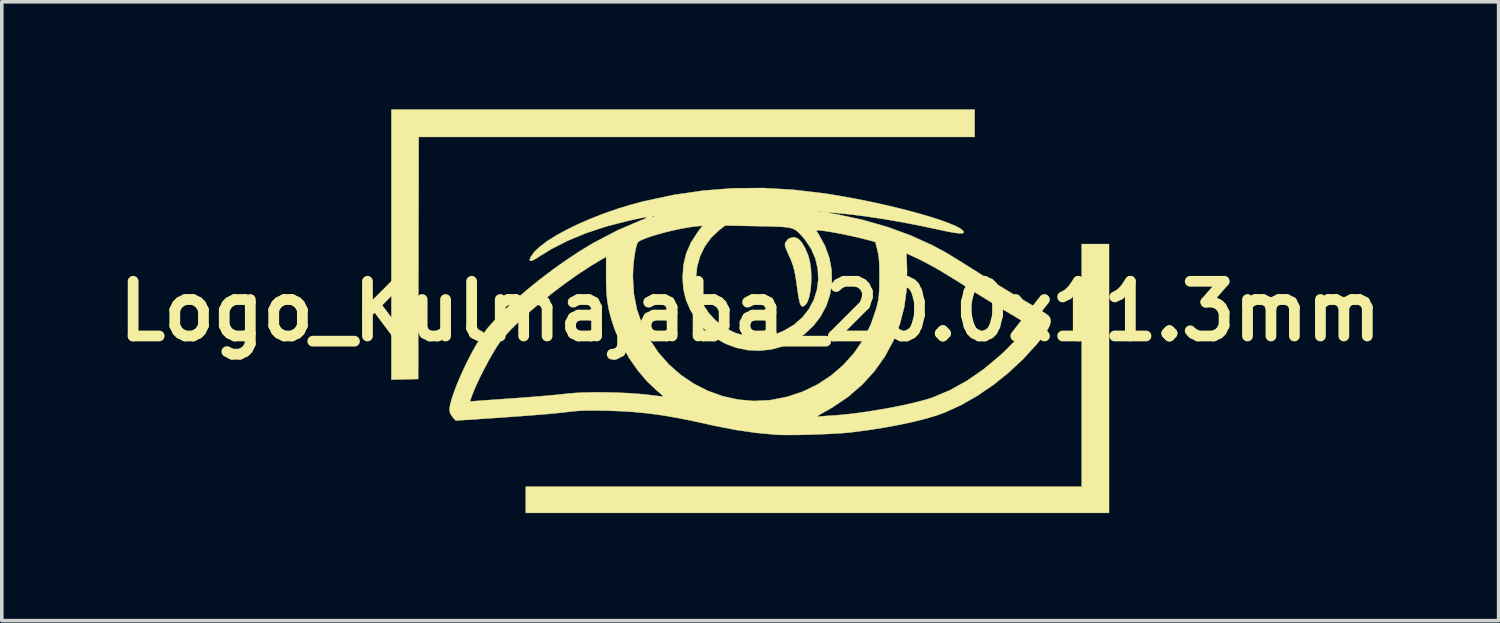
<source format=kicad_pcb>
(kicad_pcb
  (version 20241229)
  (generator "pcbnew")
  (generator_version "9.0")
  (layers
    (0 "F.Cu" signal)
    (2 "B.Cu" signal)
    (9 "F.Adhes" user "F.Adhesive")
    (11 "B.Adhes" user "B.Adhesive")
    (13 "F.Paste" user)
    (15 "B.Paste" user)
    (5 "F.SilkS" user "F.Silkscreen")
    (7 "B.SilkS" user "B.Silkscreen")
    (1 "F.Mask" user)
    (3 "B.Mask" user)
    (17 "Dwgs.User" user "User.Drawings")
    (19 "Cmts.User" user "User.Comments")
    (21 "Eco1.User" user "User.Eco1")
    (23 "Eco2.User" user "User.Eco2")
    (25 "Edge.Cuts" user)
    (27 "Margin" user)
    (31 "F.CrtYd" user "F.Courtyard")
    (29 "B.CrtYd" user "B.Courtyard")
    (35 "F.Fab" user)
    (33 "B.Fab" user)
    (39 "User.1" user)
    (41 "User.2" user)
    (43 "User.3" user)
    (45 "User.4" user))
  (footprint "Logo_Kulmajaba_20.0x11.3mm"
    (layer "F.Cu")
    (at 17.86 5.625)
    (property "Reference" "Logo_Kulmajaba_20.0x11.3mm" (at 0 0 180) (layer "F.SilkS") (effects (font (size 1.524 1.524) (thickness 0.3))))
    (attr through_hole)
    (fp_poly (pts (xy 10.001 5.62) (xy -6.255 5.62) (xy -6.255 4.889) (xy 9.239 4.889) (xy 9.239 -1.873) (xy 10.001 -1.873) (xy 10.001 5.62)) (stroke (width 0.01) (type solid)) (fill yes) (layer "F.SilkS"))
    (fp_poly (pts (xy 6.255 -4.858) (xy -1.492 -4.858) (xy -9.239 -4.858) (xy -9.247 -1.484) (xy -9.255 1.889) (xy -9.628 1.898) (xy -10.001 1.907) (xy -10.001 -5.62) (xy 6.255 -5.62) (xy 6.255 -4.858)) (stroke (width 0.01) (type solid)) (fill yes) (layer "F.SilkS"))
    (fp_poly (pts (xy 1.248 -2.058) (xy 1.341 -2.018) (xy 1.435 -1.92) (xy 1.526 -1.769) (xy 1.611 -1.57) (xy 1.624 -1.533) (xy 1.667 -1.364) (xy 1.693 -1.169) (xy 1.703 -0.959) (xy 1.696 -0.749) (xy 1.675 -0.552) (xy 1.64 -0.382) (xy 1.591 -0.251) (xy 1.552 -0.194) (xy 1.486 -0.138) (xy 1.438 -0.137) (xy 1.397 -0.19) (xy 1.379 -0.247) (xy 1.357 -0.351) (xy 1.333 -0.485) (xy 1.317 -0.595) (xy 1.285 -0.822) (xy 1.257 -0.999) (xy 1.229 -1.141) (xy 1.197 -1.26) (xy 1.158 -1.372) (xy 1.11 -1.489) (xy 1.077 -1.561) (xy 1.017 -1.695) (xy 0.981 -1.785) (xy 0.968 -1.846) (xy 0.972 -1.891) (xy 0.987 -1.926) (xy 1.065 -2.019) (xy 1.172 -2.058) (xy 1.248 -2.058)) (stroke (width 0.01) (type solid)) (fill yes) (layer "F.SilkS"))
    (fp_poly (pts (xy 1.206 -3.386) (xy 2.081 -3.282) (xy 2.175 -3.268) (xy 2.559 -3.204) (xy 2.946 -3.133) (xy 3.331 -3.056) (xy 3.709 -2.973) (xy 4.073 -2.888) (xy 4.421 -2.8) (xy 4.745 -2.712) (xy 5.042 -2.624) (xy 5.305 -2.539) (xy 5.531 -2.457) (xy 5.713 -2.381) (xy 5.847 -2.311) (xy 5.928 -2.249) (xy 5.951 -2.207) (xy 5.938 -2.182) (xy 5.892 -2.17) (xy 5.807 -2.173) (xy 5.678 -2.19) (xy 5.501 -2.222) (xy 5.27 -2.271) (xy 5.139 -2.299) (xy 4.656 -2.401) (xy 4.164 -2.494) (xy 3.677 -2.577) (xy 3.208 -2.647) (xy 2.771 -2.702) (xy 2.379 -2.74) (xy 2.318 -2.745) (xy 2.218 -2.752) (xy 2.166 -2.754) (xy 2.164 -2.75) (xy 2.216 -2.738) (xy 2.325 -2.718) (xy 2.429 -2.699) (xy 3.143 -2.545) (xy 3.826 -2.349) (xy 4.473 -2.113) (xy 5.076 -1.839) (xy 5.397 -1.667) (xy 5.501 -1.607) (xy 5.646 -1.519) (xy 5.823 -1.41) (xy 6.02 -1.287) (xy 6.226 -1.158) (xy 6.366 -1.069) (xy 6.599 -0.922) (xy 6.857 -0.763) (xy 7.122 -0.602) (xy 7.375 -0.45) (xy 7.599 -0.319) (xy 7.668 -0.279) (xy 7.848 -0.174) (xy 8.012 -0.075) (xy 8.151 0.011) (xy 8.255 0.081) (xy 8.316 0.127) (xy 8.326 0.136) (xy 8.367 0.212) (xy 8.375 0.299) (xy 8.347 0.402) (xy 8.281 0.528) (xy 8.173 0.684) (xy 8.022 0.874) (xy 7.983 0.921) (xy 7.614 1.326) (xy 7.21 1.704) (xy 6.782 2.048) (xy 6.336 2.353) (xy 5.884 2.612) (xy 5.432 2.818) (xy 5.196 2.905) (xy 4.899 2.993) (xy 4.551 3.08) (xy 4.166 3.163) (xy 3.755 3.24) (xy 3.332 3.307) (xy 2.909 3.363) (xy 2.757 3.381) (xy 2.586 3.396) (xy 2.371 3.41) (xy 2.126 3.422) (xy 1.864 3.433) (xy 1.598 3.441) (xy 1.341 3.447) (xy 1.106 3.449) (xy 0.905 3.448) (xy 0.753 3.443) (xy 0.73 3.442) (xy 0.16 3.389) (xy -0.398 3.308) (xy -0.974 3.196) (xy -1.143 3.159) (xy -1.629 3.052) (xy -2.068 2.965) (xy -2.249 2.934) (xy 1.864 2.934) (xy 1.873 2.94) (xy 1.937 2.932) (xy 2.047 2.923) (xy 2.187 2.913) (xy 2.302 2.906) (xy 2.575 2.885) (xy 2.884 2.851) (xy 3.217 2.805) (xy 3.562 2.751) (xy 3.907 2.69) (xy 4.239 2.624) (xy 4.547 2.555) (xy 4.818 2.486) (xy 5.04 2.42) (xy 5.073 2.408) (xy 5.561 2.204) (xy 6.041 1.938) (xy 6.509 1.614) (xy 6.963 1.234) (xy 7.064 1.139) (xy 7.203 1.003) (xy 7.34 0.863) (xy 7.469 0.727) (xy 7.581 0.602) (xy 7.67 0.498) (xy 7.728 0.423) (xy 7.747 0.385) (xy 7.721 0.361) (xy 7.648 0.312) (xy 7.538 0.243) (xy 7.399 0.159) (xy 7.263 0.079) (xy 7.091 -0.022) (xy 6.882 -0.148) (xy 6.65 -0.29) (xy 6.412 -0.437) (xy 6.182 -0.581) (xy 6.096 -0.636) (xy 5.777 -0.837) (xy 5.502 -1.007) (xy 5.263 -1.15) (xy 5.051 -1.27) (xy 4.858 -1.373) (xy 4.676 -1.464) (xy 4.597 -1.501) (xy 4.352 -1.614) (xy 4.371 -1.164) (xy 4.363 -0.636) (xy 4.295 -0.125) (xy 4.169 0.364) (xy 3.987 0.829) (xy 3.75 1.267) (xy 3.46 1.674) (xy 3.12 2.047) (xy 2.73 2.384) (xy 2.293 2.68) (xy 2.091 2.795) (xy 1.979 2.858) (xy 1.901 2.906) (xy 1.864 2.934) (xy -2.249 2.934) (xy -2.475 2.896) (xy -2.862 2.845) (xy -3.243 2.808) (xy -3.632 2.784) (xy -3.953 2.773) (xy -4.237 2.767) (xy -4.47 2.767) (xy -4.668 2.771) (xy -4.844 2.781) (xy -5.011 2.797) (xy -5.08 2.806) (xy -5.262 2.827) (xy -5.482 2.849) (xy -5.745 2.873) (xy -6.054 2.898) (xy -6.414 2.925) (xy -6.828 2.955) (xy -7.3 2.987) (xy -7.493 3) (xy -8.207 3.047) (xy -8.295 2.952) (xy -8.365 2.843) (xy -8.382 2.743) (xy -8.366 2.618) (xy -8.339 2.514) (xy -7.812 2.514) (xy -7.549 2.495) (xy -7.447 2.487) (xy -7.292 2.476) (xy -7.097 2.462) (xy -6.874 2.446) (xy -6.633 2.429) (xy -6.398 2.412) (xy -6.141 2.393) (xy -5.882 2.372) (xy -5.634 2.351) (xy -5.412 2.33) (xy -5.227 2.311) (xy -5.112 2.298) (xy -4.903 2.279) (xy -4.645 2.266) (xy -4.353 2.26) (xy -4.04 2.261) (xy -3.722 2.268) (xy -3.411 2.282) (xy -3.124 2.301) (xy -2.873 2.326) (xy -2.829 2.331) (xy -2.679 2.35) (xy -2.554 2.364) (xy -2.466 2.373) (xy -2.427 2.374) (xy -2.426 2.373) (xy -2.444 2.35) (xy -2.5 2.298) (xy -2.584 2.226) (xy -2.605 2.208) (xy -2.873 1.955) (xy -3.13 1.653) (xy -3.367 1.316) (xy -3.575 0.956) (xy -3.744 0.589) (xy -3.824 0.37) (xy -3.894 0.139) (xy -3.946 -0.068) (xy -3.981 -0.269) (xy -4.003 -0.481) (xy -4.014 -0.724) (xy -4.016 -0.937) (xy -3.27 -0.937) (xy -3.242 -0.483) (xy -3.158 -0.053) (xy -3.015 0.363) (xy -2.812 0.772) (xy -2.564 1.145) (xy -2.271 1.479) (xy -1.938 1.772) (xy -1.573 2.019) (xy -1.179 2.219) (xy -0.765 2.368) (xy -0.336 2.463) (xy 0.102 2.501) (xy 0.542 2.479) (xy 0.568 2.476) (xy 1.03 2.385) (xy 1.468 2.239) (xy 1.877 2.04) (xy 2.254 1.792) (xy 2.594 1.499) (xy 2.894 1.165) (xy 3.149 0.792) (xy 3.355 0.385) (xy 3.507 -0.054) (xy 3.514 -0.079) (xy 3.547 -0.207) (xy 3.57 -0.318) (xy 3.585 -0.43) (xy 3.595 -0.558) (xy 3.6 -0.717) (xy 3.601 -0.923) (xy 3.602 -0.937) (xy 3.601 -1.163) (xy 3.596 -1.34) (xy 3.585 -1.48) (xy 3.569 -1.598) (xy 3.545 -1.704) (xy 3.487 -1.931) (xy 3.244 -1.996) (xy 3.055 -2.044) (xy 2.846 -2.092) (xy 2.629 -2.138) (xy 2.418 -2.18) (xy 2.225 -2.214) (xy 2.063 -2.239) (xy 1.944 -2.253) (xy 1.91 -2.254) (xy 1.835 -2.254) (xy 1.903 -2.151) (xy 2.083 -1.826) (xy 2.205 -1.489) (xy 2.269 -1.147) (xy 2.276 -0.806) (xy 2.226 -0.471) (xy 2.12 -0.149) (xy 1.957 0.153) (xy 1.763 0.403) (xy 1.502 0.648) (xy 1.215 0.839) (xy 0.908 0.978) (xy 0.589 1.064) (xy 0.264 1.099) (xy -0.062 1.084) (xy -0.382 1.019) (xy -0.688 0.906) (xy -0.976 0.744) (xy -1.238 0.536) (xy -1.468 0.282) (xy -1.659 -0.018) (xy -1.679 -0.056) (xy -1.791 -0.323) (xy -1.858 -0.595) (xy -1.883 -0.894) (xy -1.883 -0.953) (xy -1.883 -0.963) (xy -1.508 -0.963) (xy -1.492 -0.742) (xy -1.422 -0.443) (xy -1.312 -0.183) (xy -1.153 0.053) (xy -0.974 0.247) (xy -0.718 0.45) (xy -0.434 0.597) (xy -0.155 0.681) (xy 0.021 0.714) (xy 0.172 0.725) (xy 0.329 0.717) (xy 0.476 0.697) (xy 0.613 0.665) (xy 0.776 0.611) (xy 0.937 0.544) (xy 0.949 0.538) (xy 1.223 0.375) (xy 1.453 0.173) (xy 1.637 -0.062) (xy 1.773 -0.321) (xy 1.86 -0.599) (xy 1.898 -0.887) (xy 1.883 -1.18) (xy 1.816 -1.469) (xy 1.695 -1.747) (xy 1.517 -2.008) (xy 1.458 -2.077) (xy 1.388 -2.153) (xy 1.327 -2.213) (xy 1.268 -2.261) (xy 1.202 -2.296) (xy 1.12 -2.322) (xy 1.016 -2.34) (xy 0.881 -2.352) (xy 0.706 -2.36) (xy 0.485 -2.366) (xy 0.207 -2.372) (xy 0.206 -2.372) (xy -0.696 -2.391) (xy -0.872 -2.255) (xy -1.087 -2.052) (xy -1.263 -1.809) (xy -1.395 -1.54) (xy -1.478 -1.254) (xy -1.508 -0.963) (xy -1.883 -0.963) (xy -1.859 -1.297) (xy -1.783 -1.614) (xy -1.652 -1.913) (xy -1.473 -2.191) (xy -1.331 -2.385) (xy -1.531 -2.364) (xy -1.717 -2.339) (xy -1.924 -2.302) (xy -2.143 -2.255) (xy -2.362 -2.202) (xy -2.573 -2.144) (xy -2.764 -2.086) (xy -2.926 -2.029) (xy -3.049 -1.976) (xy -3.122 -1.931) (xy -3.132 -1.92) (xy -3.165 -1.845) (xy -3.196 -1.721) (xy -3.224 -1.558) (xy -3.247 -1.372) (xy -3.263 -1.174) (xy -3.27 -0.978) (xy -3.27 -0.937) (xy -4.016 -0.937) (xy -4.016 -0.957) (xy -4.016 -1.517) (xy -4.159 -1.435) (xy -4.481 -1.24) (xy -4.816 -1.019) (xy -5.157 -0.778) (xy -5.494 -0.523) (xy -5.821 -0.262) (xy -6.13 -0.001) (xy -6.411 0.255) (xy -6.659 0.497) (xy -6.863 0.72) (xy -6.972 0.856) (xy -7.064 0.99) (xy -7.173 1.17) (xy -7.292 1.379) (xy -7.412 1.605) (xy -7.527 1.832) (xy -7.629 2.047) (xy -7.71 2.236) (xy -7.746 2.329) (xy -7.812 2.514) (xy -8.339 2.514) (xy -8.322 2.449) (xy -8.253 2.244) (xy -8.164 2.013) (xy -8.058 1.766) (xy -7.94 1.511) (xy -7.815 1.26) (xy -7.685 1.02) (xy -7.556 0.801) (xy -7.488 0.696) (xy -7.32 0.471) (xy -7.102 0.224) (xy -6.841 -0.041) (xy -6.544 -0.317) (xy -6.219 -0.598) (xy -5.871 -0.88) (xy -5.508 -1.155) (xy -5.137 -1.419) (xy -4.764 -1.666) (xy -4.398 -1.889) (xy -4.367 -1.906) (xy -3.694 -2.257) (xy -3.096 -2.513) (xy -2.97 -2.564) (xy -2.897 -2.598) (xy -2.876 -2.616) (xy -2.911 -2.619) (xy -3.002 -2.605) (xy -3.15 -2.576) (xy -3.359 -2.531) (xy -3.397 -2.522) (xy -3.998 -2.368) (xy -4.56 -2.183) (xy -5.076 -1.971) (xy -5.543 -1.733) (xy -5.84 -1.55) (xy -5.983 -1.459) (xy -6.082 -1.41) (xy -6.135 -1.403) (xy -6.147 -1.437) (xy -6.118 -1.512) (xy -6.116 -1.516) (xy -6.018 -1.653) (xy -5.863 -1.8) (xy -5.659 -1.954) (xy -5.409 -2.111) (xy -5.12 -2.269) (xy -4.799 -2.426) (xy -4.45 -2.578) (xy -4.249 -2.656) (xy -2.72 -2.656) (xy -2.716 -2.638) (xy -2.699 -2.635) (xy -2.673 -2.647) (xy -2.678 -2.656) (xy -2.715 -2.66) (xy -2.72 -2.656) (xy -4.249 -2.656) (xy -4.081 -2.722) (xy -3.904 -2.783) (xy 1.916 -2.783) (xy 1.92 -2.765) (xy 1.937 -2.762) (xy 1.963 -2.774) (xy 1.958 -2.783) (xy 1.92 -2.787) (xy 1.916 -2.783) (xy -3.904 -2.783) (xy -3.695 -2.856) (xy -3.301 -2.976) (xy -2.969 -3.064) (xy -2.137 -3.242) (xy -1.311 -3.363) (xy -0.483 -3.427) (xy 0.354 -3.435) (xy 1.206 -3.386)) (stroke (width 0.01) (type solid)) (fill yes) (layer "F.SilkS")))
  (gr_rect
    (start -3 -3)
    (end 38.72 14.249)
    (stroke (width 0.1) (type default))
    (fill no)
    (layer "Edge.Cuts")))
</source>
